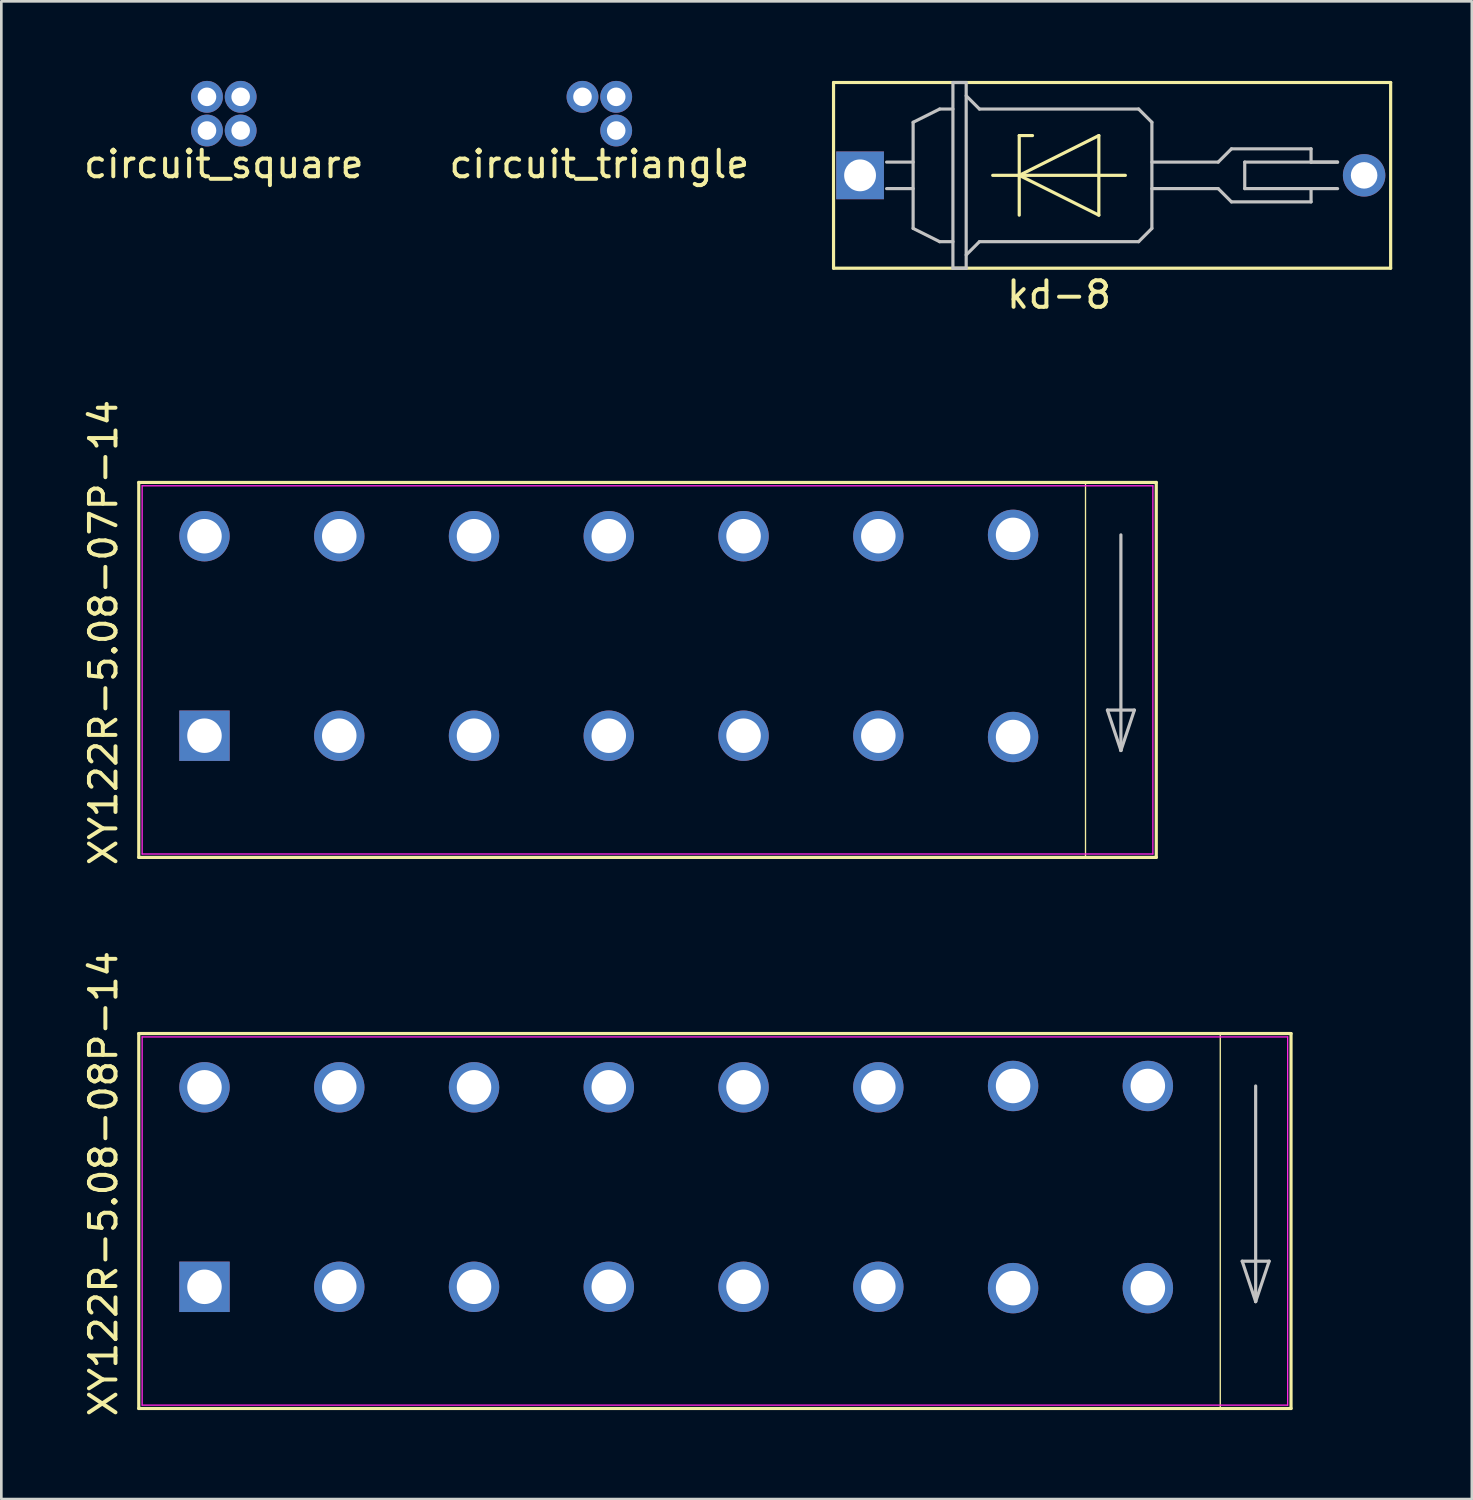
<source format=kicad_pcb>
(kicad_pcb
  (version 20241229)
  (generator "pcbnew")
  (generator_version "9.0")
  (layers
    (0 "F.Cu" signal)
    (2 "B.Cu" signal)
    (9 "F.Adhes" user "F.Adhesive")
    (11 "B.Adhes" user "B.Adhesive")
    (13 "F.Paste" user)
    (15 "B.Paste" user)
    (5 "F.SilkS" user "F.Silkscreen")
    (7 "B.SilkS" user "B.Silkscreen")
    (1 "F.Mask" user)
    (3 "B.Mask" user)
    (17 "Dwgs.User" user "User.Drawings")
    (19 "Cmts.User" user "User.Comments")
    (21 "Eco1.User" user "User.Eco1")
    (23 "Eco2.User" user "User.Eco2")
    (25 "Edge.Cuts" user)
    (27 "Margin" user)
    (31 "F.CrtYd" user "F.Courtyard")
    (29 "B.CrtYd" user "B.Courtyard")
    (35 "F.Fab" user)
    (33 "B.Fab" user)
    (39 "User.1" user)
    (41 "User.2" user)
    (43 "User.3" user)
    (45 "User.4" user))
  (footprint "circuit_square"
    (layer "F.Cu")
    (at 5.387 1.235)
    (property "Reference" "circuit_square" (at 0 1.905 0) (layer "F.SilkS") (effects (font (size 1 1) (thickness 0.15))))
    (attr through_hole)
    (pad "1" thru_hole circle (at -0.635 -0.635) (size 1.2 1.2) (drill 0.7) (layers "*.Cu" "*.Mask"))
    (pad "2" thru_hole circle (at 0.635 -0.635) (size 1.2 1.2) (drill 0.7) (layers "*.Cu" "*.Mask"))
    (pad "3" thru_hole circle (at 0.635 0.635) (size 1.2 1.2) (drill 0.7) (layers "*.Cu" "*.Mask"))
    (pad "4" thru_hole circle (at -0.635 0.635) (size 1.2 1.2) (drill 0.7) (layers "*.Cu" "*.Mask")))
  (footprint "circuit_triangle"
    (layer "F.Cu")
    (at 19.542 1.235)
    (property "Reference" "circuit_triangle" (at 0 1.905 0) (layer "F.SilkS") (effects (font (size 1 1) (thickness 0.15))))
    (attr through_hole)
    (pad "1" thru_hole circle (at -0.635 -0.635) (size 1.2 1.2) (drill 0.7) (layers "*.Cu" "*.Mask"))
    (pad "2" thru_hole circle (at 0.635 -0.635) (size 1.2 1.2) (drill 0.7) (layers "*.Cu" "*.Mask"))
    (pad "3" thru_hole circle (at 0.635 0.635) (size 1.2 1.2) (drill 0.7) (layers "*.Cu" "*.Mask")))
  (footprint "XY122R-5.08-08P-14"
    (layer "F.Cu")
    (at 4.658 45.506)
    (property "Reference" "XY122R-5.08-08P-14" (at -3.81 -3.937 90) (layer "F.SilkS") (effects (font (size 1 1) (thickness 0.15))))
    (attr through_hole)
    (fp_line (start -2.477 -9.597) (end 40.957 -9.597) (stroke (width 0.12) (type solid)) (layer "F.SilkS"))
    (fp_line (start -2.477 4.537) (end -2.477 -9.597) (stroke (width 0.12) (type solid)) (layer "F.SilkS"))
    (fp_line (start 38.29 -9.597) (end 38.29 4.5) (stroke (width 0.05) (type solid)) (layer "F.SilkS"))
    (fp_line (start 40.957 -9.597) (end 40.957 4.537) (stroke (width 0.12) (type solid)) (layer "F.SilkS"))
    (fp_line (start 40.957 4.537) (end -2.477 4.537) (stroke (width 0.12) (type solid)) (layer "F.SilkS"))
    (fp_line (start 39.116 -1.016) (end 40.132 -1.016) (stroke (width 0.12) (type solid)) (layer "Dwgs.User"))
    (fp_line (start 39.624 -7.62) (end 39.624 0.508) (stroke (width 0.12) (type solid)) (layer "Dwgs.User"))
    (fp_line (start 39.624 0.508) (end 39.116 -1.016) (stroke (width 0.12) (type solid)) (layer "Dwgs.User"))
    (fp_line (start 40.132 -1.016) (end 39.624 0.508) (stroke (width 0.12) (type solid)) (layer "Dwgs.User"))
    (fp_line (start -2.35 -9.47) (end -2.35 4.41) (stroke (width 0.05) (type solid)) (layer "F.CrtYd"))
    (fp_line (start -2.35 -9.47) (end 40.83 -9.47) (stroke (width 0.05) (type solid)) (layer "F.CrtYd"))
    (fp_line (start -2.35 4.41) (end 40.83 4.41) (stroke (width 0.05) (type solid)) (layer "F.CrtYd"))
    (fp_line (start 40.83 -9.47) (end 40.83 4.41) (stroke (width 0.05) (type solid)) (layer "F.CrtYd"))
    (pad "1" thru_hole circle (at 0 -7.57) (size 1.9 1.9) (drill 1.3) (layers "*.Cu" "*.Mask"))
    (pad "1" thru_hole rect (at 0 -0.05) (size 1.9 1.9) (drill 1.3) (layers "*.Cu" "*.Mask"))
    (pad "2" thru_hole circle (at 5.08 -7.57) (size 1.9 1.9) (drill 1.3) (layers "*.Cu" "*.Mask"))
    (pad "2" thru_hole circle (at 5.08 -0.05) (size 1.9 1.9) (drill 1.3) (layers "*.Cu" "*.Mask"))
    (pad "3" thru_hole circle (at 10.16 -7.57) (size 1.9 1.9) (drill 1.3) (layers "*.Cu" "*.Mask"))
    (pad "3" thru_hole circle (at 10.16 -0.05) (size 1.9 1.9) (drill 1.3) (layers "*.Cu" "*.Mask"))
    (pad "4" thru_hole circle (at 15.24 -7.57) (size 1.9 1.9) (drill 1.3) (layers "*.Cu" "*.Mask"))
    (pad "4" thru_hole circle (at 15.24 -0.05) (size 1.9 1.9) (drill 1.3) (layers "*.Cu" "*.Mask"))
    (pad "5" thru_hole circle (at 20.32 -7.57) (size 1.9 1.9) (drill 1.3) (layers "*.Cu" "*.Mask"))
    (pad "5" thru_hole circle (at 20.32 -0.05) (size 1.9 1.9) (drill 1.3) (layers "*.Cu" "*.Mask"))
    (pad "6" thru_hole circle (at 25.4 -7.57) (size 1.9 1.9) (drill 1.3) (layers "*.Cu" "*.Mask"))
    (pad "6" thru_hole circle (at 25.4 -0.05) (size 1.9 1.9) (drill 1.3) (layers "*.Cu" "*.Mask"))
    (pad "7" thru_hole circle (at 30.48 -7.62) (size 1.9 1.9) (drill 1.3) (layers "*.Cu" "*.Mask"))
    (pad "7" thru_hole circle (at 30.48 0) (size 1.9 1.9) (drill 1.3) (layers "*.Cu" "*.Mask"))
    (pad "8" thru_hole circle (at 35.56 -7.62) (size 1.9 1.9) (drill 1.3) (layers "*.Cu" "*.Mask"))
    (pad "8" thru_hole circle (at 35.56 0) (size 1.9 1.9) (drill 1.3) (layers "*.Cu" "*.Mask")))
  (footprint "kd-8"
    (layer "F.Cu")
    (at 29.37 3.56)
    (property "Reference" "kd-8" (at 7.5 4.5 0) (layer "F.SilkS") (effects (font (size 1 1) (thickness 0.15))))
    (attr through_hole)
    (fp_line (start -1 -3.5) (end -1 3.5) (stroke (width 0.12) (type solid)) (layer "F.SilkS"))
    (fp_line (start -1 3.5) (end 20 3.5) (stroke (width 0.12) (type solid)) (layer "F.SilkS"))
    (fp_line (start 5 0) (end 10 0) (stroke (width 0.12) (type solid)) (layer "F.SilkS"))
    (fp_line (start 6 -1.5) (end 6.5 -1.5) (stroke (width 0.12) (type solid)) (layer "F.SilkS"))
    (fp_line (start 6 0) (end 9 -1.5) (stroke (width 0.12) (type solid)) (layer "F.SilkS"))
    (fp_line (start 6 1.5) (end 6 -1.5) (stroke (width 0.12) (type solid)) (layer "F.SilkS"))
    (fp_line (start 9 -1.5) (end 9 1.5) (stroke (width 0.12) (type solid)) (layer "F.SilkS"))
    (fp_line (start 9 1.5) (end 6 0) (stroke (width 0.12) (type solid)) (layer "F.SilkS"))
    (fp_line (start 20 -3.5) (end -1 -3.5) (stroke (width 0.12) (type solid)) (layer "F.SilkS"))
    (fp_line (start 20 3.5) (end 20 -3.5) (stroke (width 0.12) (type solid)) (layer "F.SilkS"))
    (fp_line (start 1 0.5) (end 2 0.5) (stroke (width 0.12) (type solid)) (layer "Dwgs.User"))
    (fp_line (start 2 -2) (end 2 2) (stroke (width 0.12) (type solid)) (layer "Dwgs.User"))
    (fp_line (start 2 -0.5) (end 1 -0.5) (stroke (width 0.12) (type solid)) (layer "Dwgs.User"))
    (fp_line (start 3 -2.5) (end 2 -2) (stroke (width 0.12) (type solid)) (layer "Dwgs.User"))
    (fp_line (start 3 2.5) (end 2 2) (stroke (width 0.12) (type solid)) (layer "Dwgs.User"))
    (fp_line (start 3.5 -3.5) (end 4 -3.5) (stroke (width 0.12) (type solid)) (layer "Dwgs.User"))
    (fp_line (start 3.5 -2.5) (end 3 -2.5) (stroke (width 0.12) (type solid)) (layer "Dwgs.User"))
    (fp_line (start 3.5 2.5) (end 3 2.5) (stroke (width 0.12) (type solid)) (layer "Dwgs.User"))
    (fp_line (start 3.5 3.5) (end 3.5 -3.5) (stroke (width 0.12) (type solid)) (layer "Dwgs.User"))
    (fp_line (start 4 -3.5) (end 4 3.5) (stroke (width 0.12) (type solid)) (layer "Dwgs.User"))
    (fp_line (start 4 3.5) (end 3.5 3.5) (stroke (width 0.12) (type solid)) (layer "Dwgs.User"))
    (fp_line (start 4.5 -2.5) (end 4 -3) (stroke (width 0.12) (type solid)) (layer "Dwgs.User"))
    (fp_line (start 4.5 2.5) (end 4 3) (stroke (width 0.12) (type solid)) (layer "Dwgs.User"))
    (fp_line (start 10.5 -2.5) (end 4.5 -2.5) (stroke (width 0.12) (type solid)) (layer "Dwgs.User"))
    (fp_line (start 10.5 -2.5) (end 11 -2) (stroke (width 0.12) (type solid)) (layer "Dwgs.User"))
    (fp_line (start 10.5 2.5) (end 4.5 2.5) (stroke (width 0.12) (type solid)) (layer "Dwgs.User"))
    (fp_line (start 10.5 2.5) (end 11 2) (stroke (width 0.12) (type solid)) (layer "Dwgs.User"))
    (fp_line (start 11 -2) (end 11 2) (stroke (width 0.12) (type solid)) (layer "Dwgs.User"))
    (fp_line (start 13.5 -0.5) (end 11 -0.5) (stroke (width 0.12) (type solid)) (layer "Dwgs.User"))
    (fp_line (start 13.5 0.5) (end 11 0.5) (stroke (width 0.12) (type solid)) (layer "Dwgs.User"))
    (fp_line (start 14 -1) (end 13.5 -0.5) (stroke (width 0.12) (type solid)) (layer "Dwgs.User"))
    (fp_line (start 14 1) (end 13.5 0.5) (stroke (width 0.12) (type solid)) (layer "Dwgs.User"))
    (fp_line (start 14.5 -0.5) (end 14.5 0.5) (stroke (width 0.12) (type solid)) (layer "Dwgs.User"))
    (fp_line (start 14.5 0.5) (end 17 0.5) (stroke (width 0.12) (type solid)) (layer "Dwgs.User"))
    (fp_line (start 17 -1) (end 14 -1) (stroke (width 0.12) (type solid)) (layer "Dwgs.User"))
    (fp_line (start 17 -1) (end 17 -0.5) (stroke (width 0.12) (type solid)) (layer "Dwgs.User"))
    (fp_line (start 17 -0.5) (end 14.5 -0.5) (stroke (width 0.12) (type solid)) (layer "Dwgs.User"))
    (fp_line (start 17 -0.5) (end 18 -0.5) (stroke (width 0.12) (type solid)) (layer "Dwgs.User"))
    (fp_line (start 17 0.5) (end 18 0.5) (stroke (width 0.12) (type solid)) (layer "Dwgs.User"))
    (fp_line (start 17 1) (end 14 1) (stroke (width 0.12) (type solid)) (layer "Dwgs.User"))
    (fp_line (start 17 1) (end 17 0.5) (stroke (width 0.12) (type solid)) (layer "Dwgs.User"))
    (fp_line (start 18 -0.5) (end 17 -0.5) (stroke (width 0.12) (type solid)) (layer "Dwgs.User"))
    (pad "1" thru_hole rect (at 0 0) (size 1.8 1.8) (drill 1.2) (layers "*.Cu" "*.Mask"))
    (pad "2" thru_hole circle (at 19 0) (size 1.6 1.6) (drill 1) (layers "*.Cu" "*.Mask")))
  (footprint "XY122R-5.08-07P-14"
    (layer "F.Cu")
    (at 4.658 24.732)
    (property "Reference" "XY122R-5.08-07P-14" (at -3.81 -3.937 90) (layer "F.SilkS") (effects (font (size 1 1) (thickness 0.15))))
    (attr through_hole)
    (fp_line (start -2.477 -9.597) (end 35.877 -9.597) (stroke (width 0.12) (type solid)) (layer "F.SilkS"))
    (fp_line (start -2.477 4.537) (end -2.477 -9.597) (stroke (width 0.12) (type solid)) (layer "F.SilkS"))
    (fp_line (start 33.21 -9.597) (end 33.21 4.5) (stroke (width 0.05) (type solid)) (layer "F.SilkS"))
    (fp_line (start 35.877 -9.597) (end 35.877 4.537) (stroke (width 0.12) (type solid)) (layer "F.SilkS"))
    (fp_line (start 35.877 4.537) (end -2.477 4.537) (stroke (width 0.12) (type solid)) (layer "F.SilkS"))
    (fp_line (start 34.036 -1.016) (end 35.052 -1.016) (stroke (width 0.12) (type solid)) (layer "Dwgs.User"))
    (fp_line (start 34.544 -7.62) (end 34.544 0.508) (stroke (width 0.12) (type solid)) (layer "Dwgs.User"))
    (fp_line (start 34.544 0.508) (end 34.036 -1.016) (stroke (width 0.12) (type solid)) (layer "Dwgs.User"))
    (fp_line (start 35.052 -1.016) (end 34.544 0.508) (stroke (width 0.12) (type solid)) (layer "Dwgs.User"))
    (fp_line (start -2.35 -9.47) (end -2.35 4.41) (stroke (width 0.05) (type solid)) (layer "F.CrtYd"))
    (fp_line (start -2.35 -9.47) (end 35.75 -9.47) (stroke (width 0.05) (type solid)) (layer "F.CrtYd"))
    (fp_line (start -2.35 4.41) (end 35.75 4.41) (stroke (width 0.05) (type solid)) (layer "F.CrtYd"))
    (fp_line (start 35.75 -9.47) (end 35.75 4.41) (stroke (width 0.05) (type solid)) (layer "F.CrtYd"))
    (pad "1" thru_hole circle (at 0 -7.57) (size 1.9 1.9) (drill 1.3) (layers "*.Cu" "*.Mask"))
    (pad "1" thru_hole rect (at 0 -0.05) (size 1.9 1.9) (drill 1.3) (layers "*.Cu" "*.Mask"))
    (pad "2" thru_hole circle (at 5.08 -7.57) (size 1.9 1.9) (drill 1.3) (layers "*.Cu" "*.Mask"))
    (pad "2" thru_hole circle (at 5.08 -0.05) (size 1.9 1.9) (drill 1.3) (layers "*.Cu" "*.Mask"))
    (pad "3" thru_hole circle (at 10.16 -7.57) (size 1.9 1.9) (drill 1.3) (layers "*.Cu" "*.Mask"))
    (pad "3" thru_hole circle (at 10.16 -0.05) (size 1.9 1.9) (drill 1.3) (layers "*.Cu" "*.Mask"))
    (pad "4" thru_hole circle (at 15.24 -7.57) (size 1.9 1.9) (drill 1.3) (layers "*.Cu" "*.Mask"))
    (pad "4" thru_hole circle (at 15.24 -0.05) (size 1.9 1.9) (drill 1.3) (layers "*.Cu" "*.Mask"))
    (pad "5" thru_hole circle (at 20.32 -7.57) (size 1.9 1.9) (drill 1.3) (layers "*.Cu" "*.Mask"))
    (pad "5" thru_hole circle (at 20.32 -0.05) (size 1.9 1.9) (drill 1.3) (layers "*.Cu" "*.Mask"))
    (pad "6" thru_hole circle (at 25.4 -7.57) (size 1.9 1.9) (drill 1.3) (layers "*.Cu" "*.Mask"))
    (pad "6" thru_hole circle (at 25.4 -0.05) (size 1.9 1.9) (drill 1.3) (layers "*.Cu" "*.Mask"))
    (pad "7" thru_hole circle (at 30.48 -7.62) (size 1.9 1.9) (drill 1.3) (layers "*.Cu" "*.Mask"))
    (pad "7" thru_hole circle (at 30.48 0) (size 1.9 1.9) (drill 1.3) (layers "*.Cu" "*.Mask")))
  (gr_rect
    (start -3 -3)
    (end 52.43 53.456)
    (stroke (width 0.1) (type default))
    (fill no)
    (layer "Edge.Cuts")))
</source>
